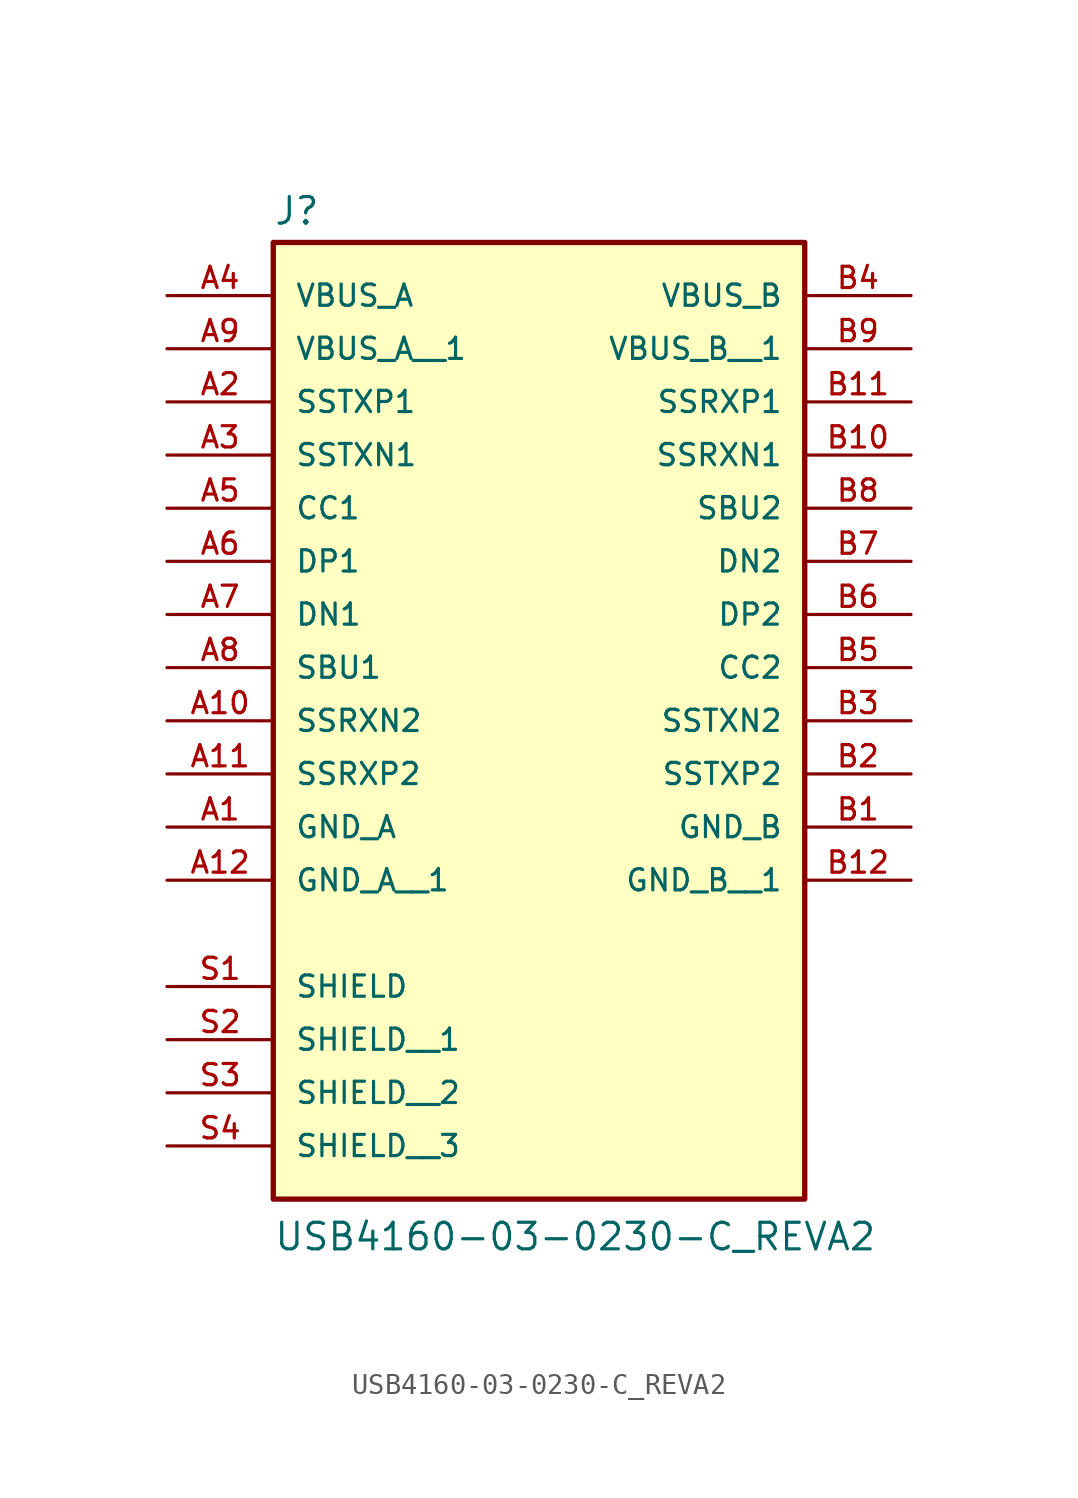
<source format=kicad_sym>
(kicad_symbol_lib
  (version 20211014)
  (generator kicad_symbol_editor)
  (symbol "USB4160-03-0230-C_REVA2"
    (pin_names
      (offset 1.016))
    (property "Reference" "J"
      (at -12.7 16.002 0)
      (effects (font (size 1.27 1.27)) (justify bottom left)))
    (property "Value" "USB4160-03-0230-C_REVA2"
      (at -12.7 -33.02 0)
      (effects (font (size 1.27 1.27)) (justify bottom left)))
    (symbol "USB4160-03-0230-C_REVA2_0_0"
      (rectangle (start -12.7 -30.48) (end 12.7 15.24) (stroke (width 0.254)) (fill (type background)))
      (pin power_in line (at -17.78 -12.7 0) (length 5.08) (name "GND_A" (effects (font (size 1.016 1.016)))) (number "A1" (effects (font (size 1.016 1.016)))))
      (pin bidirectional line (at -17.78 5.08 0) (length 5.08) (name "SSTXN1" (effects (font (size 1.016 1.016)))) (number "A3" (effects (font (size 1.016 1.016)))))
      (pin bidirectional line (at -17.78 7.62 0) (length 5.08) (name "SSTXP1" (effects (font (size 1.016 1.016)))) (number "A2" (effects (font (size 1.016 1.016)))))
      (pin power_in line (at -17.78 12.7 0) (length 5.08) (name "VBUS_A" (effects (font (size 1.016 1.016)))) (number "A4" (effects (font (size 1.016 1.016)))))
      (pin bidirectional line (at -17.78 0.0 0) (length 5.08) (name "DP1" (effects (font (size 1.016 1.016)))) (number "A6" (effects (font (size 1.016 1.016)))))
      (pin bidirectional line (at -17.78 2.54 0) (length 5.08) (name "CC1" (effects (font (size 1.016 1.016)))) (number "A5" (effects (font (size 1.016 1.016)))))
      (pin bidirectional line (at -17.78 -5.08 0) (length 5.08) (name "SBU1" (effects (font (size 1.016 1.016)))) (number "A8" (effects (font (size 1.016 1.016)))))
      (pin bidirectional line (at -17.78 -2.54 0) (length 5.08) (name "DN1" (effects (font (size 1.016 1.016)))) (number "A7" (effects (font (size 1.016 1.016)))))
      (pin bidirectional line (at -17.78 -7.62 0) (length 5.08) (name "SSRXN2" (effects (font (size 1.016 1.016)))) (number "A10" (effects (font (size 1.016 1.016)))))
      (pin bidirectional line (at -17.78 -10.16 0) (length 5.08) (name "SSRXP2" (effects (font (size 1.016 1.016)))) (number "A11" (effects (font (size 1.016 1.016)))))
      (pin passive line (at -17.78 -20.32 0) (length 5.08) (name "SHIELD" (effects (font (size 1.016 1.016)))) (number "S1" (effects (font (size 1.016 1.016)))))
      (pin power_in line (at 17.78 -12.7 180.0) (length 5.08) (name "GND_B" (effects (font (size 1.016 1.016)))) (number "B1" (effects (font (size 1.016 1.016)))))
      (pin bidirectional line (at 17.78 -7.62 180.0) (length 5.08) (name "SSTXN2" (effects (font (size 1.016 1.016)))) (number "B3" (effects (font (size 1.016 1.016)))))
      (pin bidirectional line (at 17.78 -10.16 180.0) (length 5.08) (name "SSTXP2" (effects (font (size 1.016 1.016)))) (number "B2" (effects (font (size 1.016 1.016)))))
      (pin power_in line (at 17.78 12.7 180.0) (length 5.08) (name "VBUS_B" (effects (font (size 1.016 1.016)))) (number "B4" (effects (font (size 1.016 1.016)))))
      (pin bidirectional line (at 17.78 -2.54 180.0) (length 5.08) (name "DP2" (effects (font (size 1.016 1.016)))) (number "B6" (effects (font (size 1.016 1.016)))))
      (pin bidirectional line (at 17.78 -5.08 180.0) (length 5.08) (name "CC2" (effects (font (size 1.016 1.016)))) (number "B5" (effects (font (size 1.016 1.016)))))
      (pin bidirectional line (at 17.78 2.54 180.0) (length 5.08) (name "SBU2" (effects (font (size 1.016 1.016)))) (number "B8" (effects (font (size 1.016 1.016)))))
      (pin bidirectional line (at 17.78 0.0 180.0) (length 5.08) (name "DN2" (effects (font (size 1.016 1.016)))) (number "B7" (effects (font (size 1.016 1.016)))))
      (pin bidirectional line (at 17.78 5.08 180.0) (length 5.08) (name "SSRXN1" (effects (font (size 1.016 1.016)))) (number "B10" (effects (font (size 1.016 1.016)))))
      (pin bidirectional line (at 17.78 7.62 180.0) (length 5.08) (name "SSRXP1" (effects (font (size 1.016 1.016)))) (number "B11" (effects (font (size 1.016 1.016)))))
      (pin power_in line (at -17.78 10.16 0) (length 5.08) (name "VBUS_A__1" (effects (font (size 1.016 1.016)))) (number "A9" (effects (font (size 1.016 1.016)))))
      (pin power_in line (at -17.78 -15.24 0) (length 5.08) (name "GND_A__1" (effects (font (size 1.016 1.016)))) (number "A12" (effects (font (size 1.016 1.016)))))
      (pin passive line (at -17.78 -22.86 0) (length 5.08) (name "SHIELD__1" (effects (font (size 1.016 1.016)))) (number "S2" (effects (font (size 1.016 1.016)))))
      (pin passive line (at -17.78 -25.4 0) (length 5.08) (name "SHIELD__2" (effects (font (size 1.016 1.016)))) (number "S3" (effects (font (size 1.016 1.016)))))
      (pin passive line (at -17.78 -27.94 0) (length 5.08) (name "SHIELD__3" (effects (font (size 1.016 1.016)))) (number "S4" (effects (font (size 1.016 1.016)))))
      (pin power_in line (at 17.78 10.16 180.0) (length 5.08) (name "VBUS_B__1" (effects (font (size 1.016 1.016)))) (number "B9" (effects (font (size 1.016 1.016)))))
      (pin power_in line (at 17.78 -15.24 180.0) (length 5.08) (name "GND_B__1" (effects (font (size 1.016 1.016)))) (number "B12" (effects (font (size 1.016 1.016))))))))
</source>
